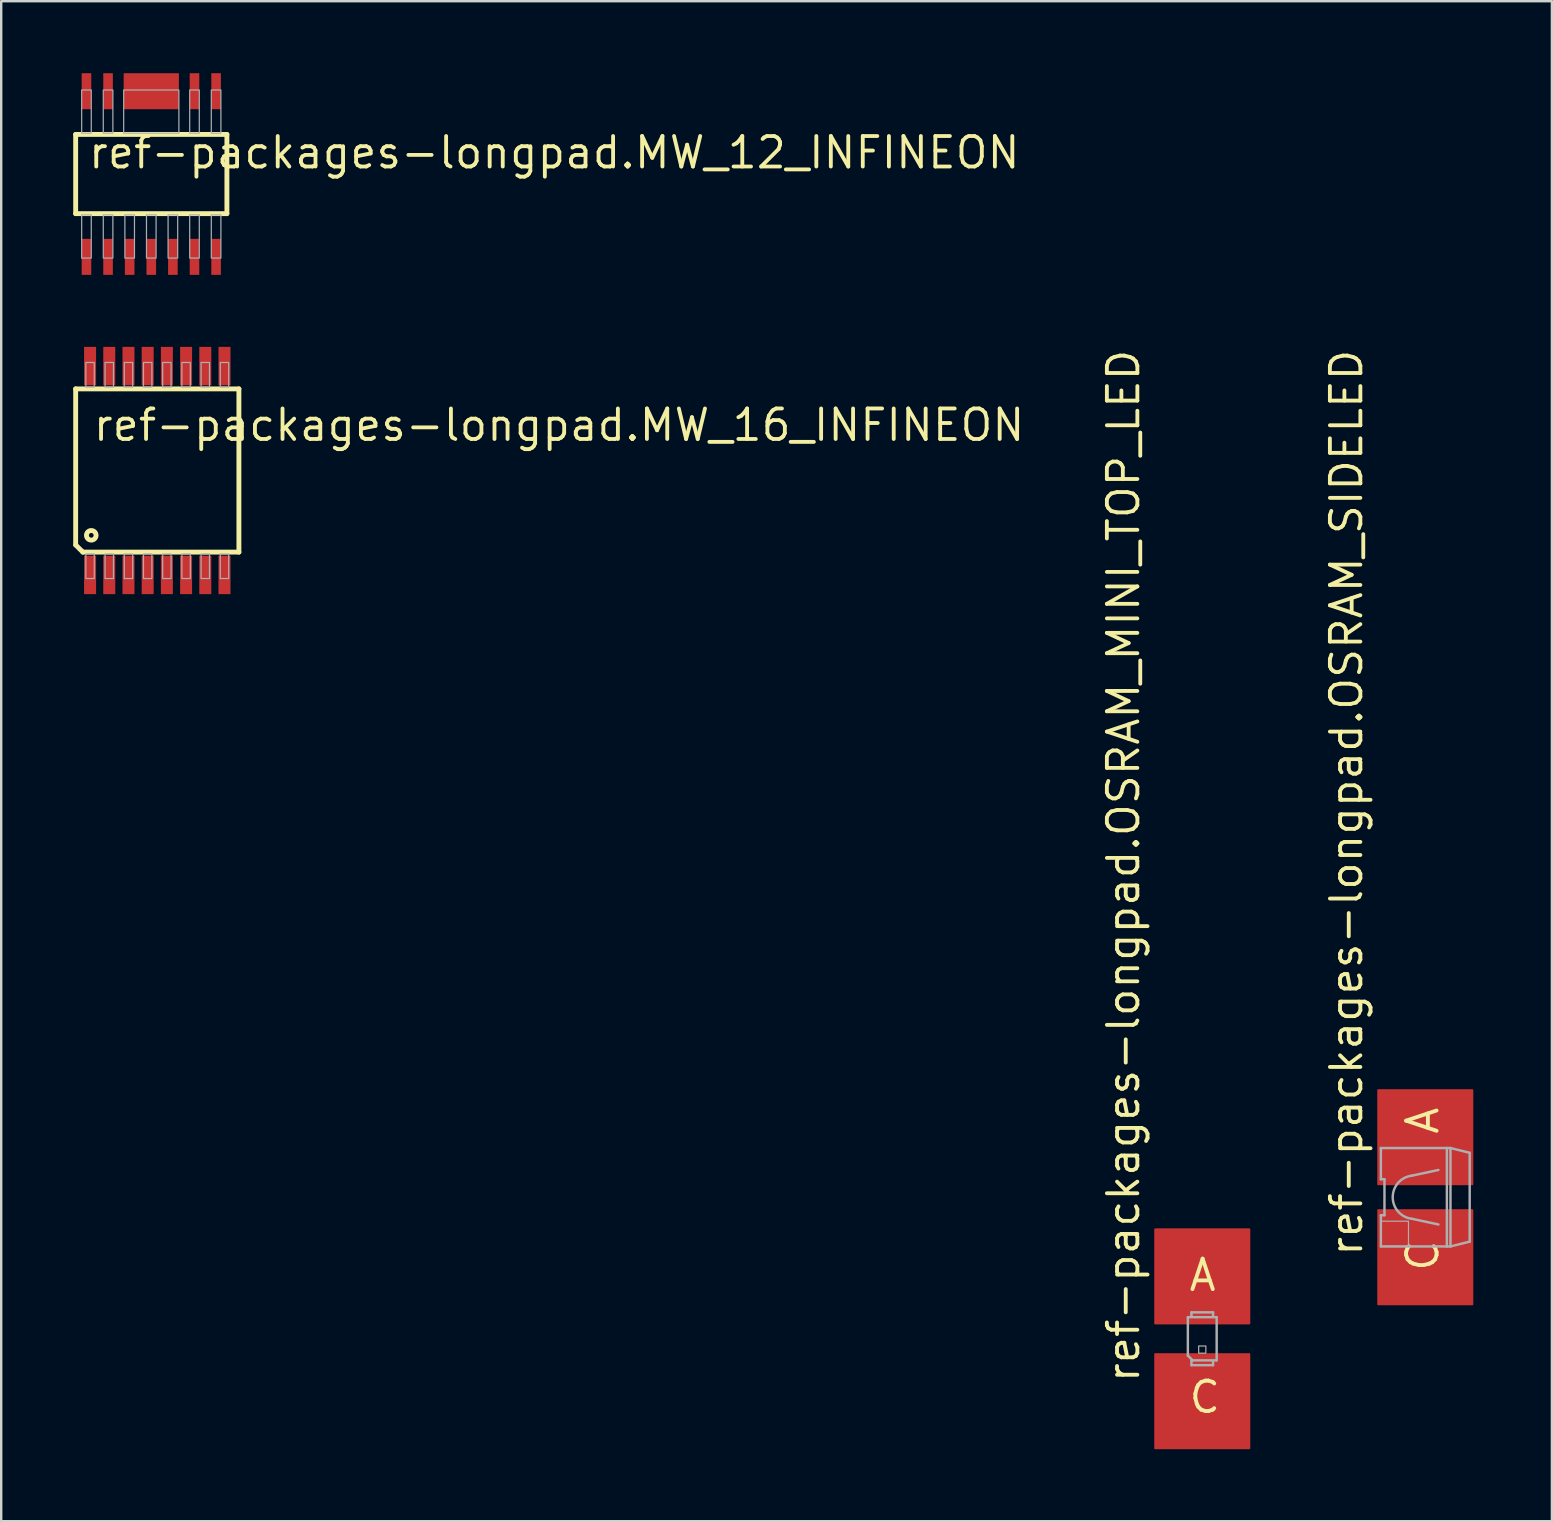
<source format=kicad_pcb>
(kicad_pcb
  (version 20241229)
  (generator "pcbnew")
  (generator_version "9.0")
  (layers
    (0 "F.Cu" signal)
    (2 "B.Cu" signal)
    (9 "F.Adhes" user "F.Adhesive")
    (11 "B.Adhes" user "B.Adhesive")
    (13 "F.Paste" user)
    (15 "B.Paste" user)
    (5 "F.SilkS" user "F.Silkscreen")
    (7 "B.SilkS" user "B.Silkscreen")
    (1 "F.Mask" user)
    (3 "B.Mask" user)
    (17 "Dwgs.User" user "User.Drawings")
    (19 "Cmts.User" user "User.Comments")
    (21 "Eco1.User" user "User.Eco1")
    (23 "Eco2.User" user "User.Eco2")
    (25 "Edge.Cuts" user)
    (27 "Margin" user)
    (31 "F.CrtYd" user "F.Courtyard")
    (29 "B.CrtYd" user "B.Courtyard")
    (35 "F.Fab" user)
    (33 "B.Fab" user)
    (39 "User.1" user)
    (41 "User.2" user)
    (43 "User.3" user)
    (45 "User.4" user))
  (footprint "ref-packages-longpad.OSRAM_MINI_TOP_LED"
    (layer "F.Cu")
    (at 47.033 52.72)
    (property "Reference" "ref-packages-longpad.OSRAM_MINI_TOP_LED" (at -2.54 1.905 90) (layer "F.SilkS") (effects (font (size 1.27 1.27) (thickness 0.16)) (justify left bottom)))
    (attr smd)
    (fp_rect (start -0.5 -0.6) (end 0.5 -1.4) (stroke (width 0.05) (type default)) (fill yes) (layer "F.Paste"))
    (fp_rect (start -0.5 1.4) (end 0.5 0.6) (stroke (width 0.05) (type default)) (fill yes) (layer "F.Paste"))
    (fp_rect (start -0.45 -0.65) (end 0.45 -1.35) (stroke (width 0.05) (type default)) (fill yes) (layer "F.Paste"))
    (fp_rect (start -0.45 1.35) (end 0.45 0.65) (stroke (width 0.05) (type default)) (fill yes) (layer "F.Paste"))
    (fp_line (start -0.6 -0.9) (end -0.6 0.7) (stroke (width 0.102) (type default)) (layer "F.Fab"))
    (fp_line (start -0.6 0.7) (end -0.4 0.9) (stroke (width 0.102) (type default)) (layer "F.Fab"))
    (fp_line (start -0.45 -1.1) (end 0.45 -1.1) (stroke (width 0.102) (type default)) (layer "F.Fab"))
    (fp_line (start -0.45 -0.95) (end -0.45 -1.1) (stroke (width 0.102) (type default)) (layer "F.Fab"))
    (fp_line (start -0.45 0.9) (end -0.45 1.1) (stroke (width 0.102) (type default)) (layer "F.Fab"))
    (fp_line (start -0.45 0.9) (end -0.4 0.9) (stroke (width 0.102) (type default)) (layer "F.Fab"))
    (fp_line (start -0.45 1.1) (end 0.45 1.1) (stroke (width 0.102) (type default)) (layer "F.Fab"))
    (fp_line (start -0.4 0.9) (end 0.6 0.9) (stroke (width 0.102) (type default)) (layer "F.Fab"))
    (fp_line (start 0.45 -1.1) (end 0.45 -0.95) (stroke (width 0.102) (type default)) (layer "F.Fab"))
    (fp_line (start 0.45 1.1) (end 0.45 0.95) (stroke (width 0.102) (type default)) (layer "F.Fab"))
    (fp_line (start 0.6 -0.9) (end -0.6 -0.9) (stroke (width 0.102) (type default)) (layer "F.Fab"))
    (fp_line (start 0.6 0.9) (end 0.6 -0.9) (stroke (width 0.102) (type default)) (layer "F.Fab"))
    (fp_rect (start -0.15 0.6) (end 0.15 0.3) (stroke (width 0.05) (type default)) (fill no) (layer "F.Fab"))
    (fp_text user "A" (at -0.635 -1.905 0) (layer "F.SilkS") (effects (font (size 1.27 1.27) (thickness 0.16)) (justify left bottom)))
    (fp_text user "C" (at -0.635 3.175 0) (layer "F.SilkS") (effects (font (size 1.27 1.27) (thickness 0.16)) (justify left bottom)))
    (pad "A" smd roundrect (at 0 -2.6) (size 4 4) (layers "F.Cu" "F.Mask" "F.Paste") (roundrect_rratio 0.01))
    (pad "C" smd roundrect (at 0 2.6) (size 4 4) (layers "F.Cu" "F.Mask" "F.Paste") (roundrect_rratio 0.01)))
  (footprint "ref-packages-longpad.MW_16_INFINEON"
    (layer "F.Cu")
    (at 3.502 16.55)
    (property "Reference" "ref-packages-longpad.MW_16_INFINEON" (at -2.75 -1.15 0) (layer "F.SilkS") (effects (font (size 1.27 1.27) (thickness 0.16)) (justify left bottom)))
    (attr smd)
    (fp_line (start -3.4 -3.4) (end -3.4 3.1) (stroke (width 0.203) (type default)) (layer "F.SilkS"))
    (fp_line (start -3.1 3.4) (end -3.4 3.1) (stroke (width 0.203) (type default)) (layer "F.SilkS"))
    (fp_line (start -3.1 3.4) (end 3.4 3.4) (stroke (width 0.203) (type default)) (layer "F.SilkS"))
    (fp_line (start 3.4 -3.4) (end -3.4 -3.4) (stroke (width 0.203) (type default)) (layer "F.SilkS"))
    (fp_line (start 3.4 3.4) (end 3.4 -3.4) (stroke (width 0.203) (type default)) (layer "F.SilkS"))
    (fp_circle (center -2.75 2.7) (end -2.55 2.7) (stroke (width 0.203) (type default)) (fill no) (layer "F.SilkS"))
    (fp_rect (start -2.975 -3.475) (end -2.625 -4.5) (stroke (width 0.05) (type default)) (fill no) (layer "F.Fab"))
    (fp_rect (start -2.975 4.5) (end -2.625 3.475) (stroke (width 0.05) (type default)) (fill no) (layer "F.Fab"))
    (fp_rect (start -2.175 -3.475) (end -1.825 -4.5) (stroke (width 0.05) (type default)) (fill no) (layer "F.Fab"))
    (fp_rect (start -2.175 4.5) (end -1.825 3.475) (stroke (width 0.05) (type default)) (fill no) (layer "F.Fab"))
    (fp_rect (start -1.375 -3.475) (end -1.025 -4.5) (stroke (width 0.05) (type default)) (fill no) (layer "F.Fab"))
    (fp_rect (start -1.375 4.5) (end -1.025 3.475) (stroke (width 0.05) (type default)) (fill no) (layer "F.Fab"))
    (fp_rect (start -0.575 -3.475) (end -0.225 -4.5) (stroke (width 0.05) (type default)) (fill no) (layer "F.Fab"))
    (fp_rect (start -0.575 4.5) (end -0.225 3.475) (stroke (width 0.05) (type default)) (fill no) (layer "F.Fab"))
    (fp_rect (start 0.225 -3.475) (end 0.575 -4.5) (stroke (width 0.05) (type default)) (fill no) (layer "F.Fab"))
    (fp_rect (start 0.225 4.5) (end 0.575 3.475) (stroke (width 0.05) (type default)) (fill no) (layer "F.Fab"))
    (fp_rect (start 1.025 -3.475) (end 1.375 -4.5) (stroke (width 0.05) (type default)) (fill no) (layer "F.Fab"))
    (fp_rect (start 1.025 4.5) (end 1.375 3.475) (stroke (width 0.05) (type default)) (fill no) (layer "F.Fab"))
    (fp_rect (start 1.825 -3.475) (end 2.175 -4.5) (stroke (width 0.05) (type default)) (fill no) (layer "F.Fab"))
    (fp_rect (start 1.825 4.5) (end 2.175 3.475) (stroke (width 0.05) (type default)) (fill no) (layer "F.Fab"))
    (fp_rect (start 2.625 -3.475) (end 2.975 -4.5) (stroke (width 0.05) (type default)) (fill no) (layer "F.Fab"))
    (fp_rect (start 2.625 4.5) (end 2.975 3.475) (stroke (width 0.05) (type default)) (fill no) (layer "F.Fab"))
    (pad "1" smd roundrect (at -2.8 4.35) (size 0.5 1.6) (layers "F.Cu" "F.Mask" "F.Paste") (roundrect_rratio 0.01))
    (pad "2" smd roundrect (at -2 4.35) (size 0.5 1.6) (layers "F.Cu" "F.Mask" "F.Paste") (roundrect_rratio 0.01))
    (pad "3" smd roundrect (at -1.2 4.35) (size 0.5 1.6) (layers "F.Cu" "F.Mask" "F.Paste") (roundrect_rratio 0.01))
    (pad "4" smd roundrect (at -0.4 4.35) (size 0.5 1.6) (layers "F.Cu" "F.Mask" "F.Paste") (roundrect_rratio 0.01))
    (pad "5" smd roundrect (at 0.4 4.35) (size 0.5 1.6) (layers "F.Cu" "F.Mask" "F.Paste") (roundrect_rratio 0.01))
    (pad "6" smd roundrect (at 1.2 4.35) (size 0.5 1.6) (layers "F.Cu" "F.Mask" "F.Paste") (roundrect_rratio 0.01))
    (pad "7" smd roundrect (at 2 4.35) (size 0.5 1.6) (layers "F.Cu" "F.Mask" "F.Paste") (roundrect_rratio 0.01))
    (pad "8" smd roundrect (at 2.8 4.35) (size 0.5 1.6) (layers "F.Cu" "F.Mask" "F.Paste") (roundrect_rratio 0.01))
    (pad "9" smd roundrect (at 2.8 -4.35) (size 0.5 1.6) (layers "F.Cu" "F.Mask" "F.Paste") (roundrect_rratio 0.01))
    (pad "10" smd roundrect (at 2 -4.35) (size 0.5 1.6) (layers "F.Cu" "F.Mask" "F.Paste") (roundrect_rratio 0.01))
    (pad "11" smd roundrect (at 1.2 -4.35) (size 0.5 1.6) (layers "F.Cu" "F.Mask" "F.Paste") (roundrect_rratio 0.01))
    (pad "12" smd roundrect (at 0.4 -4.35) (size 0.5 1.6) (layers "F.Cu" "F.Mask" "F.Paste") (roundrect_rratio 0.01))
    (pad "13" smd roundrect (at -0.4 -4.35) (size 0.5 1.6) (layers "F.Cu" "F.Mask" "F.Paste") (roundrect_rratio 0.01))
    (pad "14" smd roundrect (at -1.2 -4.35) (size 0.5 1.6) (layers "F.Cu" "F.Mask" "F.Paste") (roundrect_rratio 0.01))
    (pad "15" smd roundrect (at -2 -4.35) (size 0.5 1.6) (layers "F.Cu" "F.Mask" "F.Paste") (roundrect_rratio 0.01))
    (pad "16" smd roundrect (at -2.8 -4.35) (size 0.5 1.6) (layers "F.Cu" "F.Mask" "F.Paste") (roundrect_rratio 0.01)))
  (footprint "ref-packages-longpad.MW_12_INFINEON"
    (layer "F.Cu")
    (at 3.252 4.2)
    (property "Reference" "ref-packages-longpad.MW_12_INFINEON" (at -2.7 -0.15 0) (layer "F.SilkS") (effects (font (size 1.27 1.27) (thickness 0.16)) (justify left bottom)))
    (attr smd)
    (fp_line (start -3.15 -1.65) (end -3.15 1.65) (stroke (width 0.203) (type default)) (layer "F.SilkS"))
    (fp_line (start -3.15 1.65) (end 3.15 1.65) (stroke (width 0.203) (type default)) (layer "F.SilkS"))
    (fp_line (start 3.15 -1.65) (end -3.15 -1.65) (stroke (width 0.203) (type default)) (layer "F.SilkS"))
    (fp_line (start 3.15 1.65) (end 3.15 -1.65) (stroke (width 0.203) (type default)) (layer "F.SilkS"))
    (fp_rect (start -2.9 -1.7) (end -2.5 -3.5) (stroke (width 0.05) (type default)) (fill no) (layer "F.Fab"))
    (fp_rect (start -2.9 3.5) (end -2.5 1.7) (stroke (width 0.05) (type default)) (fill no) (layer "F.Fab"))
    (fp_rect (start -2 -1.7) (end -1.6 -3.5) (stroke (width 0.05) (type default)) (fill no) (layer "F.Fab"))
    (fp_rect (start -2 3.5) (end -1.6 1.7) (stroke (width 0.05) (type default)) (fill no) (layer "F.Fab"))
    (fp_rect (start -1.15 -1.7) (end 1.15 -3.5) (stroke (width 0.05) (type default)) (fill no) (layer "F.Fab"))
    (fp_rect (start -1.1 3.5) (end -0.7 1.7) (stroke (width 0.05) (type default)) (fill no) (layer "F.Fab"))
    (fp_rect (start -0.2 3.5) (end 0.2 1.7) (stroke (width 0.05) (type default)) (fill no) (layer "F.Fab"))
    (fp_rect (start 0.7 3.5) (end 1.1 1.7) (stroke (width 0.05) (type default)) (fill no) (layer "F.Fab"))
    (fp_rect (start 1.6 -1.7) (end 2 -3.5) (stroke (width 0.05) (type default)) (fill no) (layer "F.Fab"))
    (fp_rect (start 1.6 3.5) (end 2 1.7) (stroke (width 0.05) (type default)) (fill no) (layer "F.Fab"))
    (fp_rect (start 2.5 -1.7) (end 2.9 -3.5) (stroke (width 0.05) (type default)) (fill no) (layer "F.Fab"))
    (fp_rect (start 2.5 3.5) (end 2.9 1.7) (stroke (width 0.05) (type default)) (fill no) (layer "F.Fab"))
    (pad "1" smd roundrect (at -2.7 3.45) (size 0.4 1.5) (layers "F.Cu" "F.Mask" "F.Paste") (roundrect_rratio 0.01))
    (pad "2" smd roundrect (at -1.8 3.45) (size 0.4 1.5) (layers "F.Cu" "F.Mask" "F.Paste") (roundrect_rratio 0.01))
    (pad "3" smd roundrect (at -0.9 3.45) (size 0.4 1.5) (layers "F.Cu" "F.Mask" "F.Paste") (roundrect_rratio 0.01))
    (pad "4" smd roundrect (at 0 3.45) (size 0.4 1.5) (layers "F.Cu" "F.Mask" "F.Paste") (roundrect_rratio 0.01))
    (pad "5" smd roundrect (at 0.9 3.45) (size 0.4 1.5) (layers "F.Cu" "F.Mask" "F.Paste") (roundrect_rratio 0.01))
    (pad "6" smd roundrect (at 1.8 3.45) (size 0.4 1.5) (layers "F.Cu" "F.Mask" "F.Paste") (roundrect_rratio 0.01))
    (pad "7" smd roundrect (at 2.7 3.45) (size 0.4 1.5) (layers "F.Cu" "F.Mask" "F.Paste") (roundrect_rratio 0.01))
    (pad "8" smd roundrect (at 2.7 -3.45) (size 0.4 1.5) (layers "F.Cu" "F.Mask" "F.Paste") (roundrect_rratio 0.01))
    (pad "9" smd roundrect (at 1.8 -3.45) (size 0.4 1.5) (layers "F.Cu" "F.Mask" "F.Paste") (roundrect_rratio 0.01))
    (pad "10" smd roundrect (at 0 -3.45) (size 2.3 1.5) (layers "F.Cu" "F.Mask" "F.Paste") (roundrect_rratio 0.01))
    (pad "11" smd roundrect (at -1.8 -3.45) (size 0.4 1.5) (layers "F.Cu" "F.Mask" "F.Paste") (roundrect_rratio 0.01))
    (pad "12" smd roundrect (at -2.7 -3.45) (size 0.4 1.5) (layers "F.Cu" "F.Mask" "F.Paste") (roundrect_rratio 0.01)))
  (footprint "ref-packages-longpad.OSRAM_SIDELED"
    (layer "F.Cu")
    (at 56.323 46.823)
    (property "Reference" "ref-packages-longpad.OSRAM_SIDELED" (at -2.54 2.54 90) (layer "F.SilkS") (effects (font (size 1.27 1.27) (thickness 0.16)) (justify left bottom)))
    (attr smd)
    (fp_rect (start -2.25 -0.4) (end 2.25 -2.1) (stroke (width 0.05) (type default)) (fill yes) (layer "F.Mask"))
    (fp_rect (start -2.25 2.1) (end 2.25 0.4) (stroke (width 0.05) (type default)) (fill yes) (layer "F.Mask"))
    (fp_rect (start -2.15 -0.5) (end 2.15 -2) (stroke (width 0.05) (type default)) (fill yes) (layer "F.Paste"))
    (fp_rect (start -2.15 2) (end 2.15 0.5) (stroke (width 0.05) (type default)) (fill yes) (layer "F.Paste"))
    (fp_line (start -1.85 -2.05) (end 0.9 -2.05) (stroke (width 0.102) (type default)) (layer "F.Fab"))
    (fp_line (start -1.85 -0.75) (end -1.85 -2.05) (stroke (width 0.102) (type default)) (layer "F.Fab"))
    (fp_line (start -1.85 0.75) (end -1.7 0.75) (stroke (width 0.102) (type default)) (layer "F.Fab"))
    (fp_line (start -1.85 2.05) (end -1.85 0.75) (stroke (width 0.102) (type default)) (layer "F.Fab"))
    (fp_line (start -1.7 -0.75) (end -1.85 -0.75) (stroke (width 0.102) (type default)) (layer "F.Fab"))
    (fp_line (start -1.7 0.75) (end -1.7 -0.75) (stroke (width 0.102) (type default)) (layer "F.Fab"))
    (fp_line (start -0.55 -0.9) (end 0.85 -1.2) (stroke (width 0.102) (type dash)) (layer "F.Fab"))
    (fp_line (start -0.55 0.9) (end 0.85 1.2) (stroke (width 0.102) (type dash)) (layer "F.Fab"))
    (fp_line (start 0.9 -2.05) (end 0.9 2.05) (stroke (width 0.102) (type default)) (layer "F.Fab"))
    (fp_line (start 0.9 2.05) (end -1.85 2.05) (stroke (width 0.102) (type default)) (layer "F.Fab"))
    (fp_line (start 0.9 2.05) (end 1.05 2.05) (stroke (width 0.102) (type default)) (layer "F.Fab"))
    (fp_line (start 1.05 -2.05) (end 0.9 -2.05) (stroke (width 0.102) (type default)) (layer "F.Fab"))
    (fp_line (start 1.05 -2.05) (end 1.05 2.05) (stroke (width 0.102) (type default)) (layer "F.Fab"))
    (fp_line (start 1.05 2.05) (end 1.85 1.85) (stroke (width 0.102) (type default)) (layer "F.Fab"))
    (fp_line (start 1.85 -1.85) (end 1.05 -2.05) (stroke (width 0.102) (type default)) (layer "F.Fab"))
    (fp_line (start 1.85 1.85) (end 1.85 -1.85) (stroke (width 0.102) (type default)) (layer "F.Fab"))
    (fp_rect (start -1.85 2.05) (end -0.7 1) (stroke (width 0.05) (type default)) (fill no) (layer "F.Fab"))
    (fp_arc (start -0.55 0.9) (mid -1.355539 0) (end -0.55 -0.9) (stroke (width 0.1016) (type default)) (layer "F.Fab"))
    (fp_text user "A" (at 0.635 -2.54 90) (layer "F.SilkS") (effects (font (size 1.27 1.27) (thickness 0.16)) (justify left bottom)))
    (fp_text user "C" (at 0.635 3.175 90) (layer "F.SilkS") (effects (font (size 1.27 1.27) (thickness 0.16)) (justify left bottom)))
    (pad "A" smd roundrect (at 0 -2.5) (size 4 4) (layers "F.Cu" "F.Mask" "F.Paste") (roundrect_rratio 0.01))
    (pad "C" smd roundrect (at 0 2.5) (size 4 4) (layers "F.Cu" "F.Mask" "F.Paste") (roundrect_rratio 0.01)))
  (gr_rect
    (start -3 -3)
    (end 61.598 60.32)
    (stroke (width 0.1) (type default))
    (fill no)
    (layer "Edge.Cuts")))
</source>
